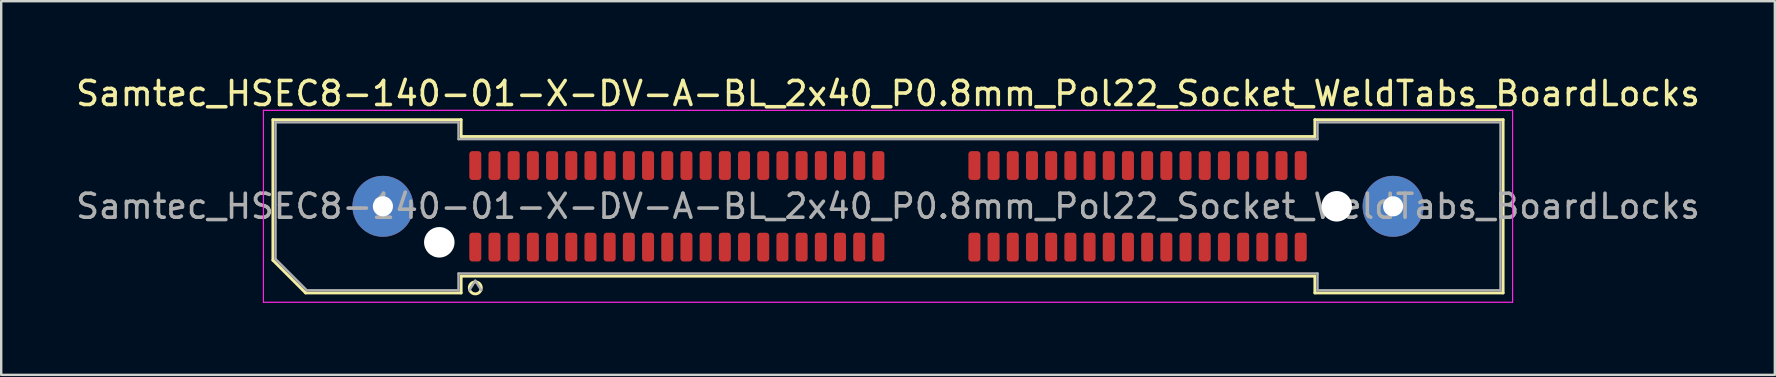
<source format=kicad_pcb>
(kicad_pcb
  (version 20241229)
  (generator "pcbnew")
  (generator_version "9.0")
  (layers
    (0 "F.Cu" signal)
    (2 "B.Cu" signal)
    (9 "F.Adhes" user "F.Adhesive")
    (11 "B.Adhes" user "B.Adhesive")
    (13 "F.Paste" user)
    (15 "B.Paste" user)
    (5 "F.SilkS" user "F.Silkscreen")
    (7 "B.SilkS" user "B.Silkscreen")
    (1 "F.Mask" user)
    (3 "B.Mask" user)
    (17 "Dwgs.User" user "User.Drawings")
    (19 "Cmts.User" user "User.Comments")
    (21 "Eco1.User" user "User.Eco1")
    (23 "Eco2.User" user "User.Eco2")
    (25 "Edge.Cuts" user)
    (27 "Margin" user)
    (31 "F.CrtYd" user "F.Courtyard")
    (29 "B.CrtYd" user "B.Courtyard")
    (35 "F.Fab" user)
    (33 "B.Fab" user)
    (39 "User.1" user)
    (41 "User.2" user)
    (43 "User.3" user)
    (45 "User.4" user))
  (footprint "Samtec_HSEC8-140-01-X-DV-A-BL_2x40_P0.8mm_Pol22_Socket_WeldTabs_BoardLocks"
    (layer "F.Cu")
    (at 33.958 5.548)
    (property "Reference" "Samtec_HSEC8-140-01-X-DV-A-BL_2x40_P0.8mm_Pol22_Socket_WeldTabs_BoardLocks" (at 0 -4.7 0) (layer "F.SilkS") (effects (font (size 1 1) (thickness 0.15))))
    (attr smd)
    (fp_line (start -25.635 -3.61) (end -17.79 -3.61) (stroke (width 0.12) (type solid)) (layer "F.SilkS"))
    (fp_line (start -25.635 2.246) (end -25.635 -3.61) (stroke (width 0.12) (type solid)) (layer "F.SilkS"))
    (fp_line (start -24.271 3.61) (end -25.635 2.246) (stroke (width 0.12) (type solid)) (layer "F.SilkS"))
    (fp_line (start -17.79 -3.61) (end -17.79 -2.91) (stroke (width 0.12) (type solid)) (layer "F.SilkS"))
    (fp_line (start -17.79 -2.91) (end 17.79 -2.91) (stroke (width 0.12) (type solid)) (layer "F.SilkS"))
    (fp_line (start -17.79 2.91) (end -17.79 3.61) (stroke (width 0.12) (type solid)) (layer "F.SilkS"))
    (fp_line (start -17.79 3.61) (end -24.271 3.61) (stroke (width 0.12) (type solid)) (layer "F.SilkS"))
    (fp_line (start 17.79 -3.61) (end 25.635 -3.61) (stroke (width 0.12) (type solid)) (layer "F.SilkS"))
    (fp_line (start 17.79 -2.91) (end 17.79 -3.61) (stroke (width 0.12) (type solid)) (layer "F.SilkS"))
    (fp_line (start 17.79 2.91) (end -17.79 2.91) (stroke (width 0.12) (type solid)) (layer "F.SilkS"))
    (fp_line (start 17.79 3.61) (end 17.79 2.91) (stroke (width 0.12) (type solid)) (layer "F.SilkS"))
    (fp_line (start 25.635 -3.61) (end 25.635 3.61) (stroke (width 0.12) (type solid)) (layer "F.SilkS"))
    (fp_line (start 25.635 3.61) (end 17.79 3.61) (stroke (width 0.12) (type solid)) (layer "F.SilkS"))
    (fp_circle (center -17.2 3.4) (end -16.95 3.4) (stroke (width 0.12) (type solid)) (fill no) (layer "F.SilkS"))
    (fp_line (start -26.03 -4) (end -26.03 4) (stroke (width 0.05) (type solid)) (layer "F.CrtYd"))
    (fp_line (start -26.03 4) (end 26.03 4) (stroke (width 0.05) (type solid)) (layer "F.CrtYd"))
    (fp_line (start 26.03 -4) (end -26.03 -4) (stroke (width 0.05) (type solid)) (layer "F.CrtYd"))
    (fp_line (start 26.03 4) (end 26.03 -4) (stroke (width 0.05) (type solid)) (layer "F.CrtYd"))
    (fp_line (start -25.525 -3.5) (end -17.9 -3.5) (stroke (width 0.1) (type solid)) (layer "F.Fab"))
    (fp_line (start -25.525 2.2) (end -25.525 -3.5) (stroke (width 0.1) (type solid)) (layer "F.Fab"))
    (fp_line (start -24.225 3.5) (end -25.525 2.2) (stroke (width 0.1) (type solid)) (layer "F.Fab"))
    (fp_line (start -17.9 -3.5) (end -17.9 -2.8) (stroke (width 0.1) (type solid)) (layer "F.Fab"))
    (fp_line (start -17.9 -2.8) (end 17.9 -2.8) (stroke (width 0.1) (type solid)) (layer "F.Fab"))
    (fp_line (start -17.9 2.8) (end -17.9 3.5) (stroke (width 0.1) (type solid)) (layer "F.Fab"))
    (fp_line (start -17.9 3.5) (end -24.225 3.5) (stroke (width 0.1) (type solid)) (layer "F.Fab"))
    (fp_line (start -17.2 3.1) (end -17.45 3.5) (stroke (width 0.1) (type solid)) (layer "F.Fab"))
    (fp_line (start -17.2 3.1) (end -16.95 3.5) (stroke (width 0.1) (type solid)) (layer "F.Fab"))
    (fp_line (start 17.9 -3.5) (end 25.525 -3.5) (stroke (width 0.1) (type solid)) (layer "F.Fab"))
    (fp_line (start 17.9 -2.8) (end 17.9 -3.5) (stroke (width 0.1) (type solid)) (layer "F.Fab"))
    (fp_line (start 17.9 2.8) (end -17.9 2.8) (stroke (width 0.1) (type solid)) (layer "F.Fab"))
    (fp_line (start 17.9 3.5) (end 17.9 2.8) (stroke (width 0.1) (type solid)) (layer "F.Fab"))
    (fp_line (start 25.525 -3.5) (end 25.525 3.5) (stroke (width 0.1) (type solid)) (layer "F.Fab"))
    (fp_line (start 25.525 3.5) (end 17.9 3.5) (stroke (width 0.1) (type solid)) (layer "F.Fab"))
    (fp_text user "${REFERENCE}" (at 0 0 0) (layer "F.Fab") (effects (font (size 1 1) (thickness 0.15))))
    (pad "" thru_hole circle (at -21.05 0) (size 2.54 2.54) (drill 0.84) (layers "*.Cu" "*.Mask" "F.Paste"))
    (pad "" np_thru_hole circle (at -18.7 1.5) (size 1.27 1.27) (drill 1.27) (layers "*.Cu" "*.Mask"))
    (pad "" np_thru_hole circle (at 18.7 0) (size 1.27 1.27) (drill 1.27) (layers "*.Cu" "*.Mask"))
    (pad "" thru_hole circle (at 21.05 0) (size 2.54 2.54) (drill 0.84) (layers "*.Cu" "*.Mask" "F.Paste"))
    (pad "1" smd roundrect (at -17.2 1.7) (size 0.5 1.2) (layers "F.Cu" "F.Mask" "F.Paste") (roundrect_rratio 0.25))
    (pad "2" smd roundrect (at -17.2 -1.7) (size 0.5 1.2) (layers "F.Cu" "F.Mask" "F.Paste") (roundrect_rratio 0.25))
    (pad "3" smd roundrect (at -16.4 1.7) (size 0.5 1.2) (layers "F.Cu" "F.Mask" "F.Paste") (roundrect_rratio 0.25))
    (pad "4" smd roundrect (at -16.4 -1.7) (size 0.5 1.2) (layers "F.Cu" "F.Mask" "F.Paste") (roundrect_rratio 0.25))
    (pad "5" smd roundrect (at -15.6 1.7) (size 0.5 1.2) (layers "F.Cu" "F.Mask" "F.Paste") (roundrect_rratio 0.25))
    (pad "6" smd roundrect (at -15.6 -1.7) (size 0.5 1.2) (layers "F.Cu" "F.Mask" "F.Paste") (roundrect_rratio 0.25))
    (pad "7" smd roundrect (at -14.8 1.7) (size 0.5 1.2) (layers "F.Cu" "F.Mask" "F.Paste") (roundrect_rratio 0.25))
    (pad "8" smd roundrect (at -14.8 -1.7) (size 0.5 1.2) (layers "F.Cu" "F.Mask" "F.Paste") (roundrect_rratio 0.25))
    (pad "9" smd roundrect (at -14 1.7) (size 0.5 1.2) (layers "F.Cu" "F.Mask" "F.Paste") (roundrect_rratio 0.25))
    (pad "10" smd roundrect (at -14 -1.7) (size 0.5 1.2) (layers "F.Cu" "F.Mask" "F.Paste") (roundrect_rratio 0.25))
    (pad "11" smd roundrect (at -13.2 1.7) (size 0.5 1.2) (layers "F.Cu" "F.Mask" "F.Paste") (roundrect_rratio 0.25))
    (pad "12" smd roundrect (at -13.2 -1.7) (size 0.5 1.2) (layers "F.Cu" "F.Mask" "F.Paste") (roundrect_rratio 0.25))
    (pad "13" smd roundrect (at -12.4 1.7) (size 0.5 1.2) (layers "F.Cu" "F.Mask" "F.Paste") (roundrect_rratio 0.25))
    (pad "14" smd roundrect (at -12.4 -1.7) (size 0.5 1.2) (layers "F.Cu" "F.Mask" "F.Paste") (roundrect_rratio 0.25))
    (pad "15" smd roundrect (at -11.6 1.7) (size 0.5 1.2) (layers "F.Cu" "F.Mask" "F.Paste") (roundrect_rratio 0.25))
    (pad "16" smd roundrect (at -11.6 -1.7) (size 0.5 1.2) (layers "F.Cu" "F.Mask" "F.Paste") (roundrect_rratio 0.25))
    (pad "17" smd roundrect (at -10.8 1.7) (size 0.5 1.2) (layers "F.Cu" "F.Mask" "F.Paste") (roundrect_rratio 0.25))
    (pad "18" smd roundrect (at -10.8 -1.7) (size 0.5 1.2) (layers "F.Cu" "F.Mask" "F.Paste") (roundrect_rratio 0.25))
    (pad "19" smd roundrect (at -10 1.7) (size 0.5 1.2) (layers "F.Cu" "F.Mask" "F.Paste") (roundrect_rratio 0.25))
    (pad "20" smd roundrect (at -10 -1.7) (size 0.5 1.2) (layers "F.Cu" "F.Mask" "F.Paste") (roundrect_rratio 0.25))
    (pad "21" smd roundrect (at -9.2 1.7) (size 0.5 1.2) (layers "F.Cu" "F.Mask" "F.Paste") (roundrect_rratio 0.25))
    (pad "22" smd roundrect (at -9.2 -1.7) (size 0.5 1.2) (layers "F.Cu" "F.Mask" "F.Paste") (roundrect_rratio 0.25))
    (pad "23" smd roundrect (at -8.4 1.7) (size 0.5 1.2) (layers "F.Cu" "F.Mask" "F.Paste") (roundrect_rratio 0.25))
    (pad "24" smd roundrect (at -8.4 -1.7) (size 0.5 1.2) (layers "F.Cu" "F.Mask" "F.Paste") (roundrect_rratio 0.25))
    (pad "25" smd roundrect (at -7.6 1.7) (size 0.5 1.2) (layers "F.Cu" "F.Mask" "F.Paste") (roundrect_rratio 0.25))
    (pad "26" smd roundrect (at -7.6 -1.7) (size 0.5 1.2) (layers "F.Cu" "F.Mask" "F.Paste") (roundrect_rratio 0.25))
    (pad "27" smd roundrect (at -6.8 1.7) (size 0.5 1.2) (layers "F.Cu" "F.Mask" "F.Paste") (roundrect_rratio 0.25))
    (pad "28" smd roundrect (at -6.8 -1.7) (size 0.5 1.2) (layers "F.Cu" "F.Mask" "F.Paste") (roundrect_rratio 0.25))
    (pad "29" smd roundrect (at -6 1.7) (size 0.5 1.2) (layers "F.Cu" "F.Mask" "F.Paste") (roundrect_rratio 0.25))
    (pad "30" smd roundrect (at -6 -1.7) (size 0.5 1.2) (layers "F.Cu" "F.Mask" "F.Paste") (roundrect_rratio 0.25))
    (pad "31" smd roundrect (at -5.2 1.7) (size 0.5 1.2) (layers "F.Cu" "F.Mask" "F.Paste") (roundrect_rratio 0.25))
    (pad "32" smd roundrect (at -5.2 -1.7) (size 0.5 1.2) (layers "F.Cu" "F.Mask" "F.Paste") (roundrect_rratio 0.25))
    (pad "33" smd roundrect (at -4.4 1.7) (size 0.5 1.2) (layers "F.Cu" "F.Mask" "F.Paste") (roundrect_rratio 0.25))
    (pad "34" smd roundrect (at -4.4 -1.7) (size 0.5 1.2) (layers "F.Cu" "F.Mask" "F.Paste") (roundrect_rratio 0.25))
    (pad "35" smd roundrect (at -3.6 1.7) (size 0.5 1.2) (layers "F.Cu" "F.Mask" "F.Paste") (roundrect_rratio 0.25))
    (pad "36" smd roundrect (at -3.6 -1.7) (size 0.5 1.2) (layers "F.Cu" "F.Mask" "F.Paste") (roundrect_rratio 0.25))
    (pad "37" smd roundrect (at -2.8 1.7) (size 0.5 1.2) (layers "F.Cu" "F.Mask" "F.Paste") (roundrect_rratio 0.25))
    (pad "38" smd roundrect (at -2.8 -1.7) (size 0.5 1.2) (layers "F.Cu" "F.Mask" "F.Paste") (roundrect_rratio 0.25))
    (pad "39" smd roundrect (at -2 1.7) (size 0.5 1.2) (layers "F.Cu" "F.Mask" "F.Paste") (roundrect_rratio 0.25))
    (pad "40" smd roundrect (at -2 -1.7) (size 0.5 1.2) (layers "F.Cu" "F.Mask" "F.Paste") (roundrect_rratio 0.25))
    (pad "41" smd roundrect (at -1.2 1.7) (size 0.5 1.2) (layers "F.Cu" "F.Mask" "F.Paste") (roundrect_rratio 0.25))
    (pad "42" smd roundrect (at -1.2 -1.7) (size 0.5 1.2) (layers "F.Cu" "F.Mask" "F.Paste") (roundrect_rratio 0.25))
    (pad "43" smd roundrect (at -0.4 1.7) (size 0.5 1.2) (layers "F.Cu" "F.Mask" "F.Paste") (roundrect_rratio 0.25))
    (pad "44" smd roundrect (at -0.4 -1.7) (size 0.5 1.2) (layers "F.Cu" "F.Mask" "F.Paste") (roundrect_rratio 0.25))
    (pad "45" smd roundrect (at 3.6 1.7) (size 0.5 1.2) (layers "F.Cu" "F.Mask" "F.Paste") (roundrect_rratio 0.25))
    (pad "46" smd roundrect (at 3.6 -1.7) (size 0.5 1.2) (layers "F.Cu" "F.Mask" "F.Paste") (roundrect_rratio 0.25))
    (pad "47" smd roundrect (at 4.4 1.7) (size 0.5 1.2) (layers "F.Cu" "F.Mask" "F.Paste") (roundrect_rratio 0.25))
    (pad "48" smd roundrect (at 4.4 -1.7) (size 0.5 1.2) (layers "F.Cu" "F.Mask" "F.Paste") (roundrect_rratio 0.25))
    (pad "49" smd roundrect (at 5.2 1.7) (size 0.5 1.2) (layers "F.Cu" "F.Mask" "F.Paste") (roundrect_rratio 0.25))
    (pad "50" smd roundrect (at 5.2 -1.7) (size 0.5 1.2) (layers "F.Cu" "F.Mask" "F.Paste") (roundrect_rratio 0.25))
    (pad "51" smd roundrect (at 6 1.7) (size 0.5 1.2) (layers "F.Cu" "F.Mask" "F.Paste") (roundrect_rratio 0.25))
    (pad "52" smd roundrect (at 6 -1.7) (size 0.5 1.2) (layers "F.Cu" "F.Mask" "F.Paste") (roundrect_rratio 0.25))
    (pad "53" smd roundrect (at 6.8 1.7) (size 0.5 1.2) (layers "F.Cu" "F.Mask" "F.Paste") (roundrect_rratio 0.25))
    (pad "54" smd roundrect (at 6.8 -1.7) (size 0.5 1.2) (layers "F.Cu" "F.Mask" "F.Paste") (roundrect_rratio 0.25))
    (pad "55" smd roundrect (at 7.6 1.7) (size 0.5 1.2) (layers "F.Cu" "F.Mask" "F.Paste") (roundrect_rratio 0.25))
    (pad "56" smd roundrect (at 7.6 -1.7) (size 0.5 1.2) (layers "F.Cu" "F.Mask" "F.Paste") (roundrect_rratio 0.25))
    (pad "57" smd roundrect (at 8.4 1.7) (size 0.5 1.2) (layers "F.Cu" "F.Mask" "F.Paste") (roundrect_rratio 0.25))
    (pad "58" smd roundrect (at 8.4 -1.7) (size 0.5 1.2) (layers "F.Cu" "F.Mask" "F.Paste") (roundrect_rratio 0.25))
    (pad "59" smd roundrect (at 9.2 1.7) (size 0.5 1.2) (layers "F.Cu" "F.Mask" "F.Paste") (roundrect_rratio 0.25))
    (pad "60" smd roundrect (at 9.2 -1.7) (size 0.5 1.2) (layers "F.Cu" "F.Mask" "F.Paste") (roundrect_rratio 0.25))
    (pad "61" smd roundrect (at 10 1.7) (size 0.5 1.2) (layers "F.Cu" "F.Mask" "F.Paste") (roundrect_rratio 0.25))
    (pad "62" smd roundrect (at 10 -1.7) (size 0.5 1.2) (layers "F.Cu" "F.Mask" "F.Paste") (roundrect_rratio 0.25))
    (pad "63" smd roundrect (at 10.8 1.7) (size 0.5 1.2) (layers "F.Cu" "F.Mask" "F.Paste") (roundrect_rratio 0.25))
    (pad "64" smd roundrect (at 10.8 -1.7) (size 0.5 1.2) (layers "F.Cu" "F.Mask" "F.Paste") (roundrect_rratio 0.25))
    (pad "65" smd roundrect (at 11.6 1.7) (size 0.5 1.2) (layers "F.Cu" "F.Mask" "F.Paste") (roundrect_rratio 0.25))
    (pad "66" smd roundrect (at 11.6 -1.7) (size 0.5 1.2) (layers "F.Cu" "F.Mask" "F.Paste") (roundrect_rratio 0.25))
    (pad "67" smd roundrect (at 12.4 1.7) (size 0.5 1.2) (layers "F.Cu" "F.Mask" "F.Paste") (roundrect_rratio 0.25))
    (pad "68" smd roundrect (at 12.4 -1.7) (size 0.5 1.2) (layers "F.Cu" "F.Mask" "F.Paste") (roundrect_rratio 0.25))
    (pad "69" smd roundrect (at 13.2 1.7) (size 0.5 1.2) (layers "F.Cu" "F.Mask" "F.Paste") (roundrect_rratio 0.25))
    (pad "70" smd roundrect (at 13.2 -1.7) (size 0.5 1.2) (layers "F.Cu" "F.Mask" "F.Paste") (roundrect_rratio 0.25))
    (pad "71" smd roundrect (at 14 1.7) (size 0.5 1.2) (layers "F.Cu" "F.Mask" "F.Paste") (roundrect_rratio 0.25))
    (pad "72" smd roundrect (at 14 -1.7) (size 0.5 1.2) (layers "F.Cu" "F.Mask" "F.Paste") (roundrect_rratio 0.25))
    (pad "73" smd roundrect (at 14.8 1.7) (size 0.5 1.2) (layers "F.Cu" "F.Mask" "F.Paste") (roundrect_rratio 0.25))
    (pad "74" smd roundrect (at 14.8 -1.7) (size 0.5 1.2) (layers "F.Cu" "F.Mask" "F.Paste") (roundrect_rratio 0.25))
    (pad "75" smd roundrect (at 15.6 1.7) (size 0.5 1.2) (layers "F.Cu" "F.Mask" "F.Paste") (roundrect_rratio 0.25))
    (pad "76" smd roundrect (at 15.6 -1.7) (size 0.5 1.2) (layers "F.Cu" "F.Mask" "F.Paste") (roundrect_rratio 0.25))
    (pad "77" smd roundrect (at 16.4 1.7) (size 0.5 1.2) (layers "F.Cu" "F.Mask" "F.Paste") (roundrect_rratio 0.25))
    (pad "78" smd roundrect (at 16.4 -1.7) (size 0.5 1.2) (layers "F.Cu" "F.Mask" "F.Paste") (roundrect_rratio 0.25))
    (pad "79" smd roundrect (at 17.2 1.7) (size 0.5 1.2) (layers "F.Cu" "F.Mask" "F.Paste") (roundrect_rratio 0.25))
    (pad "80" smd roundrect (at 17.2 -1.7) (size 0.5 1.2) (layers "F.Cu" "F.Mask" "F.Paste") (roundrect_rratio 0.25)))
  (gr_rect
    (start -3 -3)
    (end 70.917 12.573)
    (stroke (width 0.1) (type default))
    (fill no)
    (layer "Edge.Cuts")))
</source>
